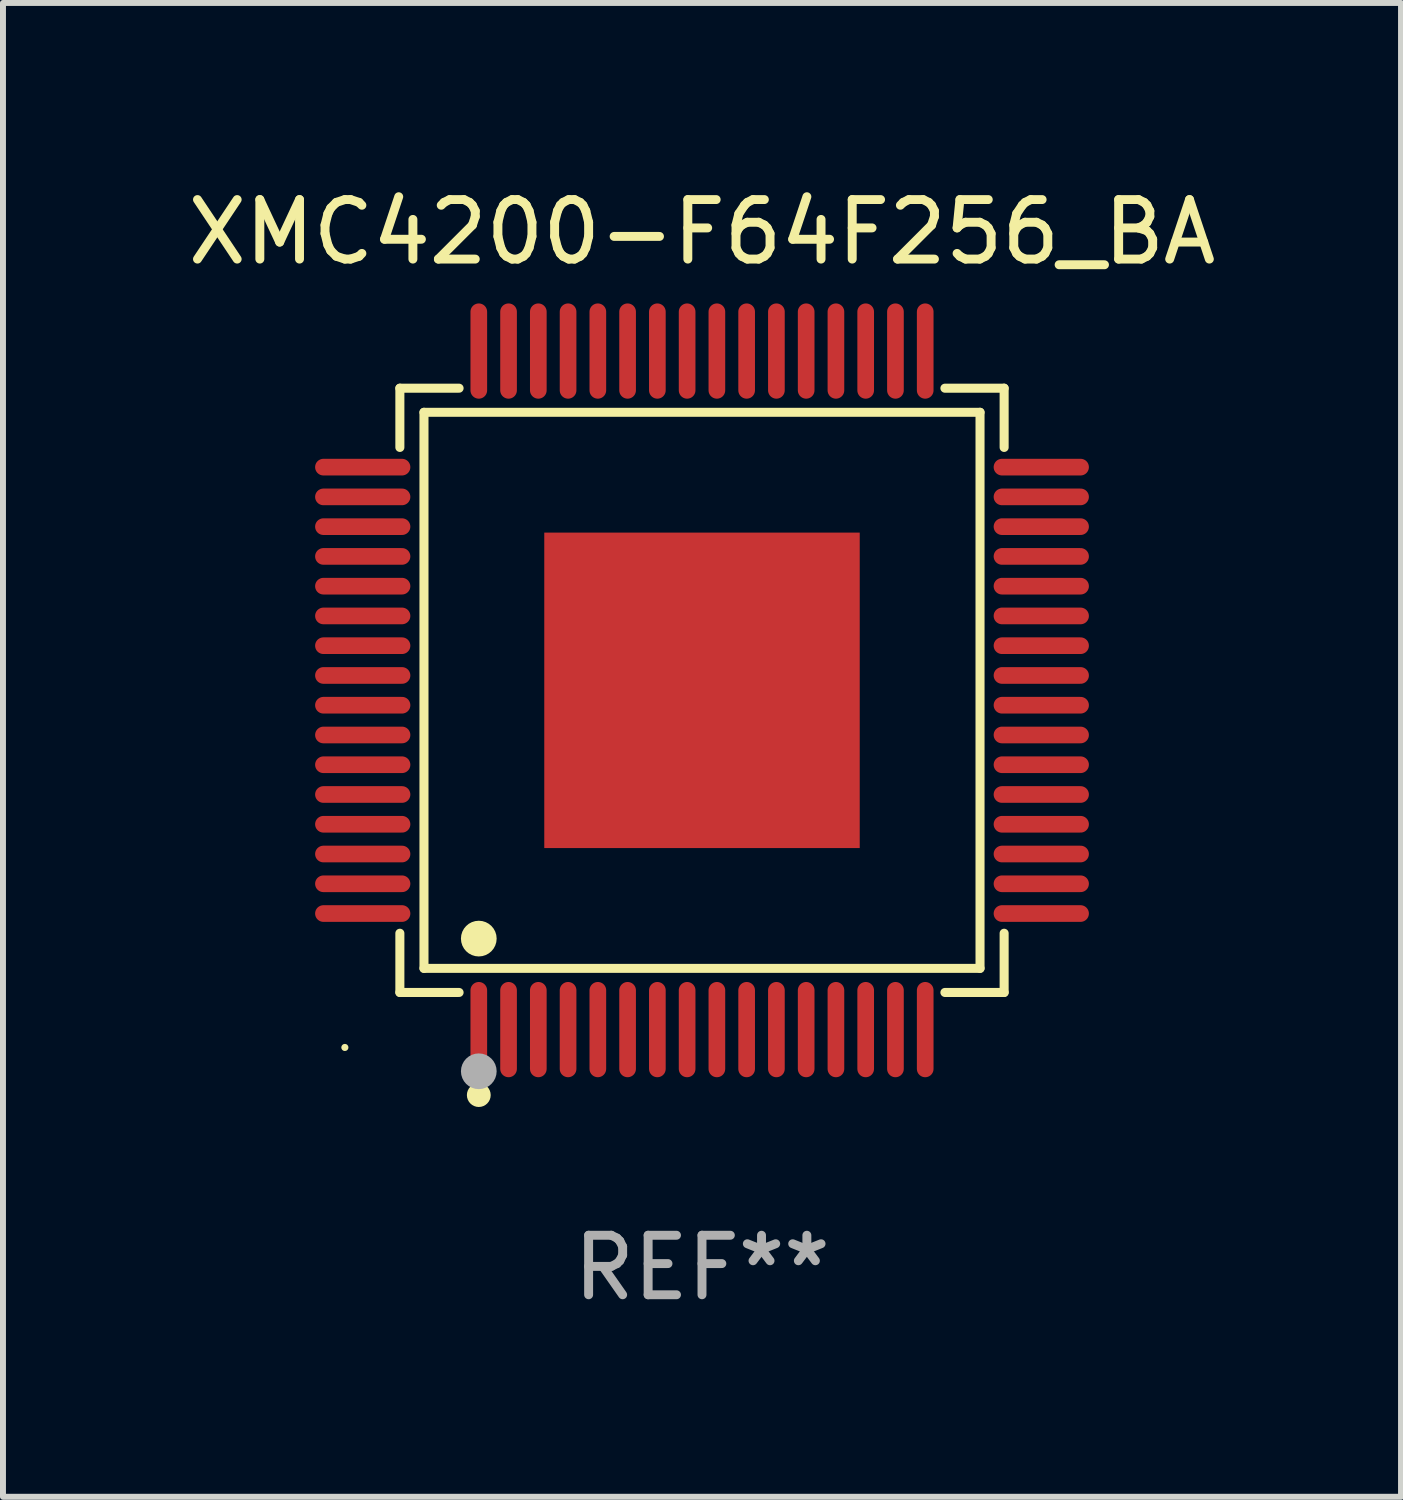
<source format=kicad_pcb>
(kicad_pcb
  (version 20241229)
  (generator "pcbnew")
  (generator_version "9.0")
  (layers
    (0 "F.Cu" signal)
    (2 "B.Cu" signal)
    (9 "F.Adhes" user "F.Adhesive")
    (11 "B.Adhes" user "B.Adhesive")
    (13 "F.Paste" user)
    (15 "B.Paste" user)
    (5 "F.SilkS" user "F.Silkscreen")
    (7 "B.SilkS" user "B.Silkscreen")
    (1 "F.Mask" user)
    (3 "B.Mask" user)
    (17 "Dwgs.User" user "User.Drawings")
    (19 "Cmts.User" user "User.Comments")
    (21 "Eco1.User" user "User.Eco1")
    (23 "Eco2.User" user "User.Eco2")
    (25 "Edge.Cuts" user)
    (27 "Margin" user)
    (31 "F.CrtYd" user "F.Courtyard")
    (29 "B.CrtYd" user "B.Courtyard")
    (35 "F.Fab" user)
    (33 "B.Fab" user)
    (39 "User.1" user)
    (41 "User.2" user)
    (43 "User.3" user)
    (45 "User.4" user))
  (footprint "XMC4200-F64F256_BA"
    (layer "F.Cu")
    (at 8.744 8.548)
    (property "Reference" "XMC4200-F64F256_BA" (at 0 -7.7 0) (layer "F.SilkS") (effects (font (size 1 1) (thickness 0.15))))
    (attr through_hole)
    (fp_line (start -5.076 -5.076) (end -4.081 -5.076) (stroke (width 0.152) (type solid)) (layer "F.SilkS"))
    (fp_line (start -5.076 -4.081) (end -5.076 -5.076) (stroke (width 0.152) (type solid)) (layer "F.SilkS"))
    (fp_line (start -5.076 4.081) (end -5.076 5.076) (stroke (width 0.152) (type solid)) (layer "F.SilkS"))
    (fp_line (start -5.076 5.076) (end -4.081 5.076) (stroke (width 0.152) (type solid)) (layer "F.SilkS"))
    (fp_line (start -4.671 -4.671) (end 4.671 -4.671) (stroke (width 0.152) (type solid)) (layer "F.SilkS"))
    (fp_line (start -4.671 4.671) (end -4.671 -4.671) (stroke (width 0.152) (type solid)) (layer "F.SilkS"))
    (fp_line (start 4.671 -4.671) (end 4.671 4.671) (stroke (width 0.152) (type solid)) (layer "F.SilkS"))
    (fp_line (start 4.671 4.671) (end -4.671 4.671) (stroke (width 0.152) (type solid)) (layer "F.SilkS"))
    (fp_line (start 5.076 -5.076) (end 4.081 -5.076) (stroke (width 0.152) (type solid)) (layer "F.SilkS"))
    (fp_line (start 5.076 -4.081) (end 5.076 -5.076) (stroke (width 0.152) (type solid)) (layer "F.SilkS"))
    (fp_line (start 5.076 4.081) (end 5.076 5.076) (stroke (width 0.152) (type solid)) (layer "F.SilkS"))
    (fp_line (start 5.076 5.076) (end 4.081 5.076) (stroke (width 0.152) (type solid)) (layer "F.SilkS"))
    (fp_circle (center -6 6) (end -5.97 6) (stroke (width 0.06) (type solid)) (fill no) (layer "F.SilkS"))
    (fp_circle (center -3.75 4.171) (end -3.6 4.171) (stroke (width 0.3) (type solid)) (fill no) (layer "F.SilkS"))
    (fp_circle (center -3.75 6.8) (end -3.65 6.8) (stroke (width 0.2) (type solid)) (fill no) (layer "F.SilkS"))
    (fp_circle (center -3.75 6.4) (end -3.6 6.4) (stroke (width 0.3) (type solid)) (fill no) (layer "F.Fab"))
    (fp_text user "REF**" (at 0 9.7 0) (layer "F.Fab") (effects (font (size 1 1) (thickness 0.15))))
    (pad "1" smd oval (at -3.75 5.7) (size 0.28 1.6) (layers "F.Cu" "F.Mask" "F.Paste"))
    (pad "2" smd oval (at -3.25 5.7) (size 0.28 1.6) (layers "F.Cu" "F.Mask" "F.Paste"))
    (pad "3" smd oval (at -2.75 5.7) (size 0.28 1.6) (layers "F.Cu" "F.Mask" "F.Paste"))
    (pad "4" smd oval (at -2.25 5.7) (size 0.28 1.6) (layers "F.Cu" "F.Mask" "F.Paste"))
    (pad "5" smd oval (at -1.75 5.7) (size 0.28 1.6) (layers "F.Cu" "F.Mask" "F.Paste"))
    (pad "6" smd oval (at -1.25 5.7) (size 0.28 1.6) (layers "F.Cu" "F.Mask" "F.Paste"))
    (pad "7" smd oval (at -0.75 5.7) (size 0.28 1.6) (layers "F.Cu" "F.Mask" "F.Paste"))
    (pad "8" smd oval (at -0.25 5.7) (size 0.28 1.6) (layers "F.Cu" "F.Mask" "F.Paste"))
    (pad "9" smd oval (at 0.25 5.7) (size 0.28 1.6) (layers "F.Cu" "F.Mask" "F.Paste"))
    (pad "10" smd oval (at 0.75 5.7) (size 0.28 1.6) (layers "F.Cu" "F.Mask" "F.Paste"))
    (pad "11" smd oval (at 1.25 5.7) (size 0.28 1.6) (layers "F.Cu" "F.Mask" "F.Paste"))
    (pad "12" smd oval (at 1.75 5.7) (size 0.28 1.6) (layers "F.Cu" "F.Mask" "F.Paste"))
    (pad "13" smd oval (at 2.25 5.7) (size 0.28 1.6) (layers "F.Cu" "F.Mask" "F.Paste"))
    (pad "14" smd oval (at 2.75 5.7) (size 0.28 1.6) (layers "F.Cu" "F.Mask" "F.Paste"))
    (pad "15" smd oval (at 3.25 5.7) (size 0.28 1.6) (layers "F.Cu" "F.Mask" "F.Paste"))
    (pad "16" smd oval (at 3.75 5.7) (size 0.28 1.6) (layers "F.Cu" "F.Mask" "F.Paste"))
    (pad "17" smd oval (at 5.7 3.75) (size 1.6 0.28) (layers "F.Cu" "F.Mask" "F.Paste"))
    (pad "18" smd oval (at 5.7 3.25) (size 1.6 0.28) (layers "F.Cu" "F.Mask" "F.Paste"))
    (pad "19" smd oval (at 5.7 2.75) (size 1.6 0.28) (layers "F.Cu" "F.Mask" "F.Paste"))
    (pad "20" smd oval (at 5.7 2.25) (size 1.6 0.28) (layers "F.Cu" "F.Mask" "F.Paste"))
    (pad "21" smd oval (at 5.7 1.75) (size 1.6 0.28) (layers "F.Cu" "F.Mask" "F.Paste"))
    (pad "22" smd oval (at 5.7 1.25) (size 1.6 0.28) (layers "F.Cu" "F.Mask" "F.Paste"))
    (pad "23" smd oval (at 5.7 0.75) (size 1.6 0.28) (layers "F.Cu" "F.Mask" "F.Paste"))
    (pad "24" smd oval (at 5.7 0.25) (size 1.6 0.28) (layers "F.Cu" "F.Mask" "F.Paste"))
    (pad "25" smd oval (at 5.7 -0.25) (size 1.6 0.28) (layers "F.Cu" "F.Mask" "F.Paste"))
    (pad "26" smd oval (at 5.7 -0.75) (size 1.6 0.28) (layers "F.Cu" "F.Mask" "F.Paste"))
    (pad "27" smd oval (at 5.7 -1.25) (size 1.6 0.28) (layers "F.Cu" "F.Mask" "F.Paste"))
    (pad "28" smd oval (at 5.7 -1.75) (size 1.6 0.28) (layers "F.Cu" "F.Mask" "F.Paste"))
    (pad "29" smd oval (at 5.7 -2.25) (size 1.6 0.28) (layers "F.Cu" "F.Mask" "F.Paste"))
    (pad "30" smd oval (at 5.7 -2.75) (size 1.6 0.28) (layers "F.Cu" "F.Mask" "F.Paste"))
    (pad "31" smd oval (at 5.7 -3.25) (size 1.6 0.28) (layers "F.Cu" "F.Mask" "F.Paste"))
    (pad "32" smd oval (at 5.7 -3.75) (size 1.6 0.28) (layers "F.Cu" "F.Mask" "F.Paste"))
    (pad "33" smd oval (at 3.75 -5.7) (size 0.28 1.6) (layers "F.Cu" "F.Mask" "F.Paste"))
    (pad "34" smd oval (at 3.25 -5.7) (size 0.28 1.6) (layers "F.Cu" "F.Mask" "F.Paste"))
    (pad "35" smd oval (at 2.75 -5.7) (size 0.28 1.6) (layers "F.Cu" "F.Mask" "F.Paste"))
    (pad "36" smd oval (at 2.25 -5.7) (size 0.28 1.6) (layers "F.Cu" "F.Mask" "F.Paste"))
    (pad "37" smd oval (at 1.75 -5.7) (size 0.28 1.6) (layers "F.Cu" "F.Mask" "F.Paste"))
    (pad "38" smd oval (at 1.25 -5.7) (size 0.28 1.6) (layers "F.Cu" "F.Mask" "F.Paste"))
    (pad "39" smd oval (at 0.75 -5.7) (size 0.28 1.6) (layers "F.Cu" "F.Mask" "F.Paste"))
    (pad "40" smd oval (at 0.25 -5.7) (size 0.28 1.6) (layers "F.Cu" "F.Mask" "F.Paste"))
    (pad "41" smd oval (at -0.25 -5.7) (size 0.28 1.6) (layers "F.Cu" "F.Mask" "F.Paste"))
    (pad "42" smd oval (at -0.75 -5.7) (size 0.28 1.6) (layers "F.Cu" "F.Mask" "F.Paste"))
    (pad "43" smd oval (at -1.25 -5.7) (size 0.28 1.6) (layers "F.Cu" "F.Mask" "F.Paste"))
    (pad "44" smd oval (at -1.75 -5.7) (size 0.28 1.6) (layers "F.Cu" "F.Mask" "F.Paste"))
    (pad "45" smd oval (at -2.25 -5.7) (size 0.28 1.6) (layers "F.Cu" "F.Mask" "F.Paste"))
    (pad "46" smd oval (at -2.75 -5.7) (size 0.28 1.6) (layers "F.Cu" "F.Mask" "F.Paste"))
    (pad "47" smd oval (at -3.25 -5.7) (size 0.28 1.6) (layers "F.Cu" "F.Mask" "F.Paste"))
    (pad "48" smd oval (at -3.75 -5.7) (size 0.28 1.6) (layers "F.Cu" "F.Mask" "F.Paste"))
    (pad "49" smd oval (at -5.7 -3.75) (size 1.6 0.28) (layers "F.Cu" "F.Mask" "F.Paste"))
    (pad "50" smd oval (at -5.7 -3.25) (size 1.6 0.28) (layers "F.Cu" "F.Mask" "F.Paste"))
    (pad "51" smd oval (at -5.7 -2.75) (size 1.6 0.28) (layers "F.Cu" "F.Mask" "F.Paste"))
    (pad "52" smd oval (at -5.7 -2.25) (size 1.6 0.28) (layers "F.Cu" "F.Mask" "F.Paste"))
    (pad "53" smd oval (at -5.7 -1.75) (size 1.6 0.28) (layers "F.Cu" "F.Mask" "F.Paste"))
    (pad "54" smd oval (at -5.7 -1.25) (size 1.6 0.28) (layers "F.Cu" "F.Mask" "F.Paste"))
    (pad "55" smd oval (at -5.7 -0.75) (size 1.6 0.28) (layers "F.Cu" "F.Mask" "F.Paste"))
    (pad "56" smd oval (at -5.7 -0.25) (size 1.6 0.28) (layers "F.Cu" "F.Mask" "F.Paste"))
    (pad "57" smd oval (at -5.7 0.25) (size 1.6 0.28) (layers "F.Cu" "F.Mask" "F.Paste"))
    (pad "58" smd oval (at -5.7 0.75) (size 1.6 0.28) (layers "F.Cu" "F.Mask" "F.Paste"))
    (pad "59" smd oval (at -5.7 1.25) (size 1.6 0.28) (layers "F.Cu" "F.Mask" "F.Paste"))
    (pad "60" smd oval (at -5.7 1.75) (size 1.6 0.28) (layers "F.Cu" "F.Mask" "F.Paste"))
    (pad "61" smd oval (at -5.7 2.25) (size 1.6 0.28) (layers "F.Cu" "F.Mask" "F.Paste"))
    (pad "62" smd oval (at -5.7 2.75) (size 1.6 0.28) (layers "F.Cu" "F.Mask" "F.Paste"))
    (pad "63" smd oval (at -5.7 3.25) (size 1.6 0.28) (layers "F.Cu" "F.Mask" "F.Paste"))
    (pad "64" smd oval (at -5.7 3.75) (size 1.6 0.28) (layers "F.Cu" "F.Mask" "F.Paste"))
    (pad "65" smd rect (at 0 0) (size 5.3 5.3) (layers "F.Cu" "F.Mask" "F.Paste")))
  (gr_rect
    (start -3 -3)
    (end 20.488 22.097)
    (stroke (width 0.1) (type default))
    (fill no)
    (layer "Edge.Cuts")))
</source>
